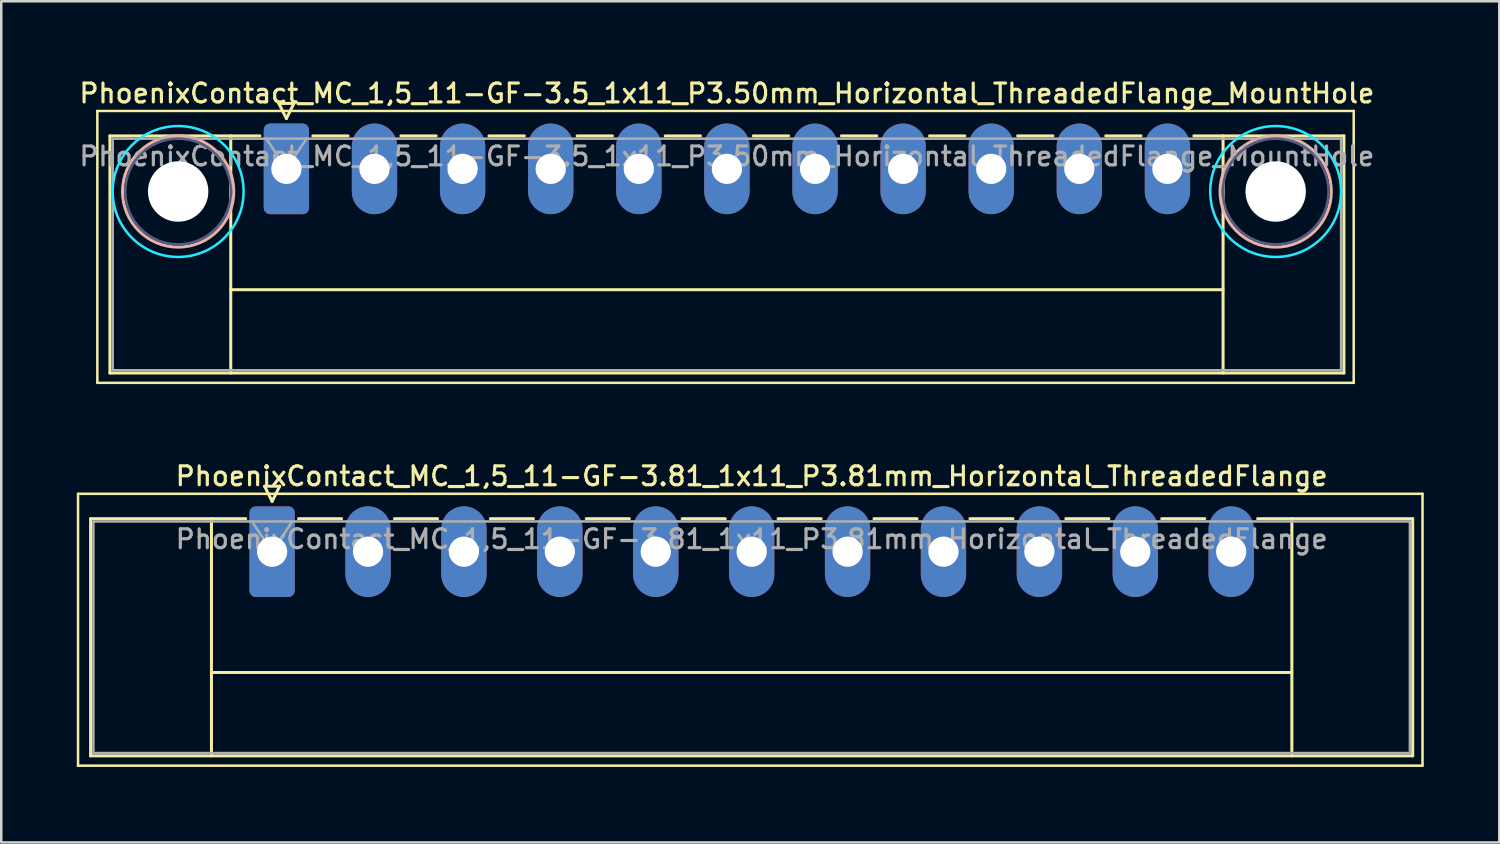
<source format=kicad_pcb>
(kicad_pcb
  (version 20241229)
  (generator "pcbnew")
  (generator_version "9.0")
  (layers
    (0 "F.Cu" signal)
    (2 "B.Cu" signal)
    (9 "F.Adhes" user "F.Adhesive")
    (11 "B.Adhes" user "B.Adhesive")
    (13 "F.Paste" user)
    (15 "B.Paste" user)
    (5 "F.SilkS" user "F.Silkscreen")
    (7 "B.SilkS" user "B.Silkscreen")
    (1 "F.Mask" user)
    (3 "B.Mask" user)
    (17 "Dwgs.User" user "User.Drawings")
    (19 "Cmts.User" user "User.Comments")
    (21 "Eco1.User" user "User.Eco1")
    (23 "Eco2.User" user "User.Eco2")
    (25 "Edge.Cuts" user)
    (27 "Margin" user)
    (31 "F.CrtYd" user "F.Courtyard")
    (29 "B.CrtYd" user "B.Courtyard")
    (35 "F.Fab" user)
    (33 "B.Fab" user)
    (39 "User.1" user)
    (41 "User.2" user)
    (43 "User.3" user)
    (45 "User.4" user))
  (footprint "PhoenixContact_MC_1,5_11-GF-3.81_1x11_P3.81mm_Horizontal_ThreadedFlange"
    (layer "F.Cu")
    (at 7.76 18.866)
    (property "Reference" "PhoenixContact_MC_1,5_11-GF-3.81_1x11_P3.81mm_Horizontal_ThreadedFlange" (at 19.05 -3 0) (layer "F.SilkS") (effects (font (size 0.75 0.75) (thickness 0.125))))
    (attr through_hole)
    (fp_line (start -7.71 -2.3) (end -7.71 8.5) (stroke (width 0.1) (type solid)) (layer "F.SilkS"))
    (fp_line (start -7.71 8.5) (end 45.7 8.5) (stroke (width 0.1) (type solid)) (layer "F.SilkS"))
    (fp_line (start -7.21 -1.31) (end -7.21 8.11) (stroke (width 0.12) (type solid)) (layer "F.SilkS"))
    (fp_line (start -7.21 -1.31) (end -1.05 -1.31) (stroke (width 0.12) (type solid)) (layer "F.SilkS"))
    (fp_line (start -7.21 8.11) (end 45.31 8.11) (stroke (width 0.12) (type solid)) (layer "F.SilkS"))
    (fp_line (start -2.41 -1.31) (end -2.41 8.11) (stroke (width 0.12) (type solid)) (layer "F.SilkS"))
    (fp_line (start -2.41 4.8) (end 40.51 4.8) (stroke (width 0.12) (type solid)) (layer "F.SilkS"))
    (fp_line (start -0.3 -2.6) (end 0.3 -2.6) (stroke (width 0.12) (type solid)) (layer "F.SilkS"))
    (fp_line (start 0 -2) (end -0.3 -2.6) (stroke (width 0.12) (type solid)) (layer "F.SilkS"))
    (fp_line (start 0.3 -2.6) (end 0 -2) (stroke (width 0.12) (type solid)) (layer "F.SilkS"))
    (fp_line (start 1.05 -1.31) (end 2.76 -1.31) (stroke (width 0.12) (type solid)) (layer "F.SilkS"))
    (fp_line (start 4.86 -1.31) (end 6.57 -1.31) (stroke (width 0.12) (type solid)) (layer "F.SilkS"))
    (fp_line (start 8.67 -1.31) (end 10.38 -1.31) (stroke (width 0.12) (type solid)) (layer "F.SilkS"))
    (fp_line (start 12.48 -1.31) (end 14.19 -1.31) (stroke (width 0.12) (type solid)) (layer "F.SilkS"))
    (fp_line (start 16.29 -1.31) (end 18 -1.31) (stroke (width 0.12) (type solid)) (layer "F.SilkS"))
    (fp_line (start 20.1 -1.31) (end 21.81 -1.31) (stroke (width 0.12) (type solid)) (layer "F.SilkS"))
    (fp_line (start 23.91 -1.31) (end 25.62 -1.31) (stroke (width 0.12) (type solid)) (layer "F.SilkS"))
    (fp_line (start 27.72 -1.31) (end 29.43 -1.31) (stroke (width 0.12) (type solid)) (layer "F.SilkS"))
    (fp_line (start 31.53 -1.31) (end 33.24 -1.31) (stroke (width 0.12) (type solid)) (layer "F.SilkS"))
    (fp_line (start 35.34 -1.31) (end 37.05 -1.31) (stroke (width 0.12) (type solid)) (layer "F.SilkS"))
    (fp_line (start 40.51 -1.31) (end 40.51 8.11) (stroke (width 0.12) (type solid)) (layer "F.SilkS"))
    (fp_line (start 45.31 -1.31) (end 39.15 -1.31) (stroke (width 0.12) (type solid)) (layer "F.SilkS"))
    (fp_line (start 45.31 8.11) (end 45.31 -1.31) (stroke (width 0.12) (type solid)) (layer "F.SilkS"))
    (fp_line (start 45.7 -2.3) (end -7.71 -2.3) (stroke (width 0.1) (type solid)) (layer "F.SilkS"))
    (fp_line (start 45.7 8.5) (end 45.7 -2.3) (stroke (width 0.1) (type solid)) (layer "F.SilkS"))
    (fp_line (start -7.1 -1.2) (end -7.1 8) (stroke (width 0.1) (type solid)) (layer "F.Fab"))
    (fp_line (start -7.1 8) (end 45.2 8) (stroke (width 0.1) (type solid)) (layer "F.Fab"))
    (fp_line (start 0 0) (end -0.8 -1.2) (stroke (width 0.1) (type solid)) (layer "F.Fab"))
    (fp_line (start 0.8 -1.2) (end 0 0) (stroke (width 0.1) (type solid)) (layer "F.Fab"))
    (fp_line (start 45.2 -1.2) (end -7.1 -1.2) (stroke (width 0.1) (type solid)) (layer "F.Fab"))
    (fp_line (start 45.2 8) (end 45.2 -1.2) (stroke (width 0.1) (type solid)) (layer "F.Fab"))
    (fp_text user "${REFERENCE}" (at 19.05 -0.5 0) (layer "F.Fab") (effects (font (size 0.75 0.75) (thickness 0.125))))
    (pad "1" thru_hole roundrect (at 0 0) (size 1.8 3.6) (drill 1.2) (layers "*.Cu" "*.Mask") (roundrect_rratio 0.139))
    (pad "2" thru_hole oval (at 3.81 0) (size 1.8 3.6) (drill 1.2) (layers "*.Cu" "*.Mask"))
    (pad "3" thru_hole oval (at 7.62 0) (size 1.8 3.6) (drill 1.2) (layers "*.Cu" "*.Mask"))
    (pad "4" thru_hole oval (at 11.43 0) (size 1.8 3.6) (drill 1.2) (layers "*.Cu" "*.Mask"))
    (pad "5" thru_hole oval (at 15.24 0) (size 1.8 3.6) (drill 1.2) (layers "*.Cu" "*.Mask"))
    (pad "6" thru_hole oval (at 19.05 0) (size 1.8 3.6) (drill 1.2) (layers "*.Cu" "*.Mask"))
    (pad "7" thru_hole oval (at 22.86 0) (size 1.8 3.6) (drill 1.2) (layers "*.Cu" "*.Mask"))
    (pad "8" thru_hole oval (at 26.67 0) (size 1.8 3.6) (drill 1.2) (layers "*.Cu" "*.Mask"))
    (pad "9" thru_hole oval (at 30.48 0) (size 1.8 3.6) (drill 1.2) (layers "*.Cu" "*.Mask"))
    (pad "10" thru_hole oval (at 34.29 0) (size 1.8 3.6) (drill 1.2) (layers "*.Cu" "*.Mask"))
    (pad "11" thru_hole oval (at 38.1 0) (size 1.8 3.6) (drill 1.2) (layers "*.Cu" "*.Mask")))
  (footprint "PhoenixContact_MC_1,5_11-GF-3.5_1x11_P3.50mm_Horizontal_ThreadedFlange_MountHole"
    (layer "F.Cu")
    (at 8.327 3.658)
    (property "Reference" "PhoenixContact_MC_1,5_11-GF-3.5_1x11_P3.50mm_Horizontal_ThreadedFlange_MountHole" (at 17.5 -3 0) (layer "F.SilkS") (effects (font (size 0.75 0.75) (thickness 0.125))))
    (attr through_hole)
    (fp_line (start -7.51 -2.3) (end -7.51 8.5) (stroke (width 0.1) (type solid)) (layer "F.SilkS"))
    (fp_line (start -7.51 8.5) (end 42.4 8.5) (stroke (width 0.1) (type solid)) (layer "F.SilkS"))
    (fp_line (start -7.01 -1.31) (end -7.01 8.11) (stroke (width 0.12) (type solid)) (layer "F.SilkS"))
    (fp_line (start -7.01 -1.31) (end -1.05 -1.31) (stroke (width 0.12) (type solid)) (layer "F.SilkS"))
    (fp_line (start -7.01 8.11) (end 42.01 8.11) (stroke (width 0.12) (type solid)) (layer "F.SilkS"))
    (fp_line (start -2.21 -1.31) (end -2.21 8.11) (stroke (width 0.12) (type solid)) (layer "F.SilkS"))
    (fp_line (start -2.21 4.8) (end 37.21 4.8) (stroke (width 0.12) (type solid)) (layer "F.SilkS"))
    (fp_line (start -0.3 -2.6) (end 0.3 -2.6) (stroke (width 0.12) (type solid)) (layer "F.SilkS"))
    (fp_line (start 0 -2) (end -0.3 -2.6) (stroke (width 0.12) (type solid)) (layer "F.SilkS"))
    (fp_line (start 0.3 -2.6) (end 0 -2) (stroke (width 0.12) (type solid)) (layer "F.SilkS"))
    (fp_line (start 1.05 -1.31) (end 2.45 -1.31) (stroke (width 0.12) (type solid)) (layer "F.SilkS"))
    (fp_line (start 4.55 -1.31) (end 5.95 -1.31) (stroke (width 0.12) (type solid)) (layer "F.SilkS"))
    (fp_line (start 8.05 -1.31) (end 9.45 -1.31) (stroke (width 0.12) (type solid)) (layer "F.SilkS"))
    (fp_line (start 11.55 -1.31) (end 12.95 -1.31) (stroke (width 0.12) (type solid)) (layer "F.SilkS"))
    (fp_line (start 15.05 -1.31) (end 16.45 -1.31) (stroke (width 0.12) (type solid)) (layer "F.SilkS"))
    (fp_line (start 18.55 -1.31) (end 19.95 -1.31) (stroke (width 0.12) (type solid)) (layer "F.SilkS"))
    (fp_line (start 22.05 -1.31) (end 23.45 -1.31) (stroke (width 0.12) (type solid)) (layer "F.SilkS"))
    (fp_line (start 25.55 -1.31) (end 26.95 -1.31) (stroke (width 0.12) (type solid)) (layer "F.SilkS"))
    (fp_line (start 29.05 -1.31) (end 30.45 -1.31) (stroke (width 0.12) (type solid)) (layer "F.SilkS"))
    (fp_line (start 32.55 -1.31) (end 33.95 -1.31) (stroke (width 0.12) (type solid)) (layer "F.SilkS"))
    (fp_line (start 37.21 -1.31) (end 37.21 8.11) (stroke (width 0.12) (type solid)) (layer "F.SilkS"))
    (fp_line (start 42.01 -1.31) (end 36.05 -1.31) (stroke (width 0.12) (type solid)) (layer "F.SilkS"))
    (fp_line (start 42.01 8.11) (end 42.01 -1.31) (stroke (width 0.12) (type solid)) (layer "F.SilkS"))
    (fp_line (start 42.4 -2.3) (end -7.51 -2.3) (stroke (width 0.1) (type solid)) (layer "F.SilkS"))
    (fp_line (start 42.4 8.5) (end 42.4 -2.3) (stroke (width 0.1) (type solid)) (layer "F.SilkS"))
    (fp_circle (center -4.3 0.9) (end -2.09 0.9) (stroke (width 0.12) (type solid)) (fill no) (layer "B.SilkS"))
    (fp_circle (center 39.3 0.9) (end 41.51 0.9) (stroke (width 0.12) (type solid)) (fill no) (layer "B.SilkS"))
    (fp_circle (center -4.3 0.9) (end -1.7 0.9) (stroke (width 0.1) (type solid)) (fill no) (layer "B.CrtYd"))
    (fp_circle (center 39.3 0.9) (end 41.9 0.9) (stroke (width 0.1) (type solid)) (fill no) (layer "B.CrtYd"))
    (fp_circle (center -4.3 0.9) (end -2.2 0.9) (stroke (width 0.1) (type solid)) (fill no) (layer "B.Fab"))
    (fp_circle (center 39.3 0.9) (end 41.4 0.9) (stroke (width 0.1) (type solid)) (fill no) (layer "B.Fab"))
    (fp_line (start -6.9 -1.2) (end -6.9 8) (stroke (width 0.1) (type solid)) (layer "F.Fab"))
    (fp_line (start -6.9 8) (end 41.9 8) (stroke (width 0.1) (type solid)) (layer "F.Fab"))
    (fp_line (start 0 0) (end -0.8 -1.2) (stroke (width 0.1) (type solid)) (layer "F.Fab"))
    (fp_line (start 0.8 -1.2) (end 0 0) (stroke (width 0.1) (type solid)) (layer "F.Fab"))
    (fp_line (start 41.9 -1.2) (end -6.9 -1.2) (stroke (width 0.1) (type solid)) (layer "F.Fab"))
    (fp_line (start 41.9 8) (end 41.9 -1.2) (stroke (width 0.1) (type solid)) (layer "F.Fab"))
    (fp_text user "${REFERENCE}" (at 17.5 -0.5 0) (layer "F.Fab") (effects (font (size 0.75 0.75) (thickness 0.125))))
    (pad "" np_thru_hole circle (at -4.3 0.9) (size 2.4 2.4) (drill 2.4) (layers "*.Cu" "*.Mask"))
    (pad "" np_thru_hole circle (at 39.3 0.9) (size 2.4 2.4) (drill 2.4) (layers "*.Cu" "*.Mask"))
    (pad "1" thru_hole roundrect (at 0 0) (size 1.8 3.6) (drill 1.2) (layers "*.Cu" "*.Mask") (roundrect_rratio 0.139))
    (pad "2" thru_hole oval (at 3.5 0) (size 1.8 3.6) (drill 1.2) (layers "*.Cu" "*.Mask"))
    (pad "3" thru_hole oval (at 7 0) (size 1.8 3.6) (drill 1.2) (layers "*.Cu" "*.Mask"))
    (pad "4" thru_hole oval (at 10.5 0) (size 1.8 3.6) (drill 1.2) (layers "*.Cu" "*.Mask"))
    (pad "5" thru_hole oval (at 14 0) (size 1.8 3.6) (drill 1.2) (layers "*.Cu" "*.Mask"))
    (pad "6" thru_hole oval (at 17.5 0) (size 1.8 3.6) (drill 1.2) (layers "*.Cu" "*.Mask"))
    (pad "7" thru_hole oval (at 21 0) (size 1.8 3.6) (drill 1.2) (layers "*.Cu" "*.Mask"))
    (pad "8" thru_hole oval (at 24.5 0) (size 1.8 3.6) (drill 1.2) (layers "*.Cu" "*.Mask"))
    (pad "9" thru_hole oval (at 28 0) (size 1.8 3.6) (drill 1.2) (layers "*.Cu" "*.Mask"))
    (pad "10" thru_hole oval (at 31.5 0) (size 1.8 3.6) (drill 1.2) (layers "*.Cu" "*.Mask"))
    (pad "11" thru_hole oval (at 35 0) (size 1.8 3.6) (drill 1.2) (layers "*.Cu" "*.Mask")))
  (gr_rect
    (start -3 -3)
    (end 56.51 30.416)
    (stroke (width 0.1) (type default))
    (fill no)
    (layer "Edge.Cuts")))
</source>
